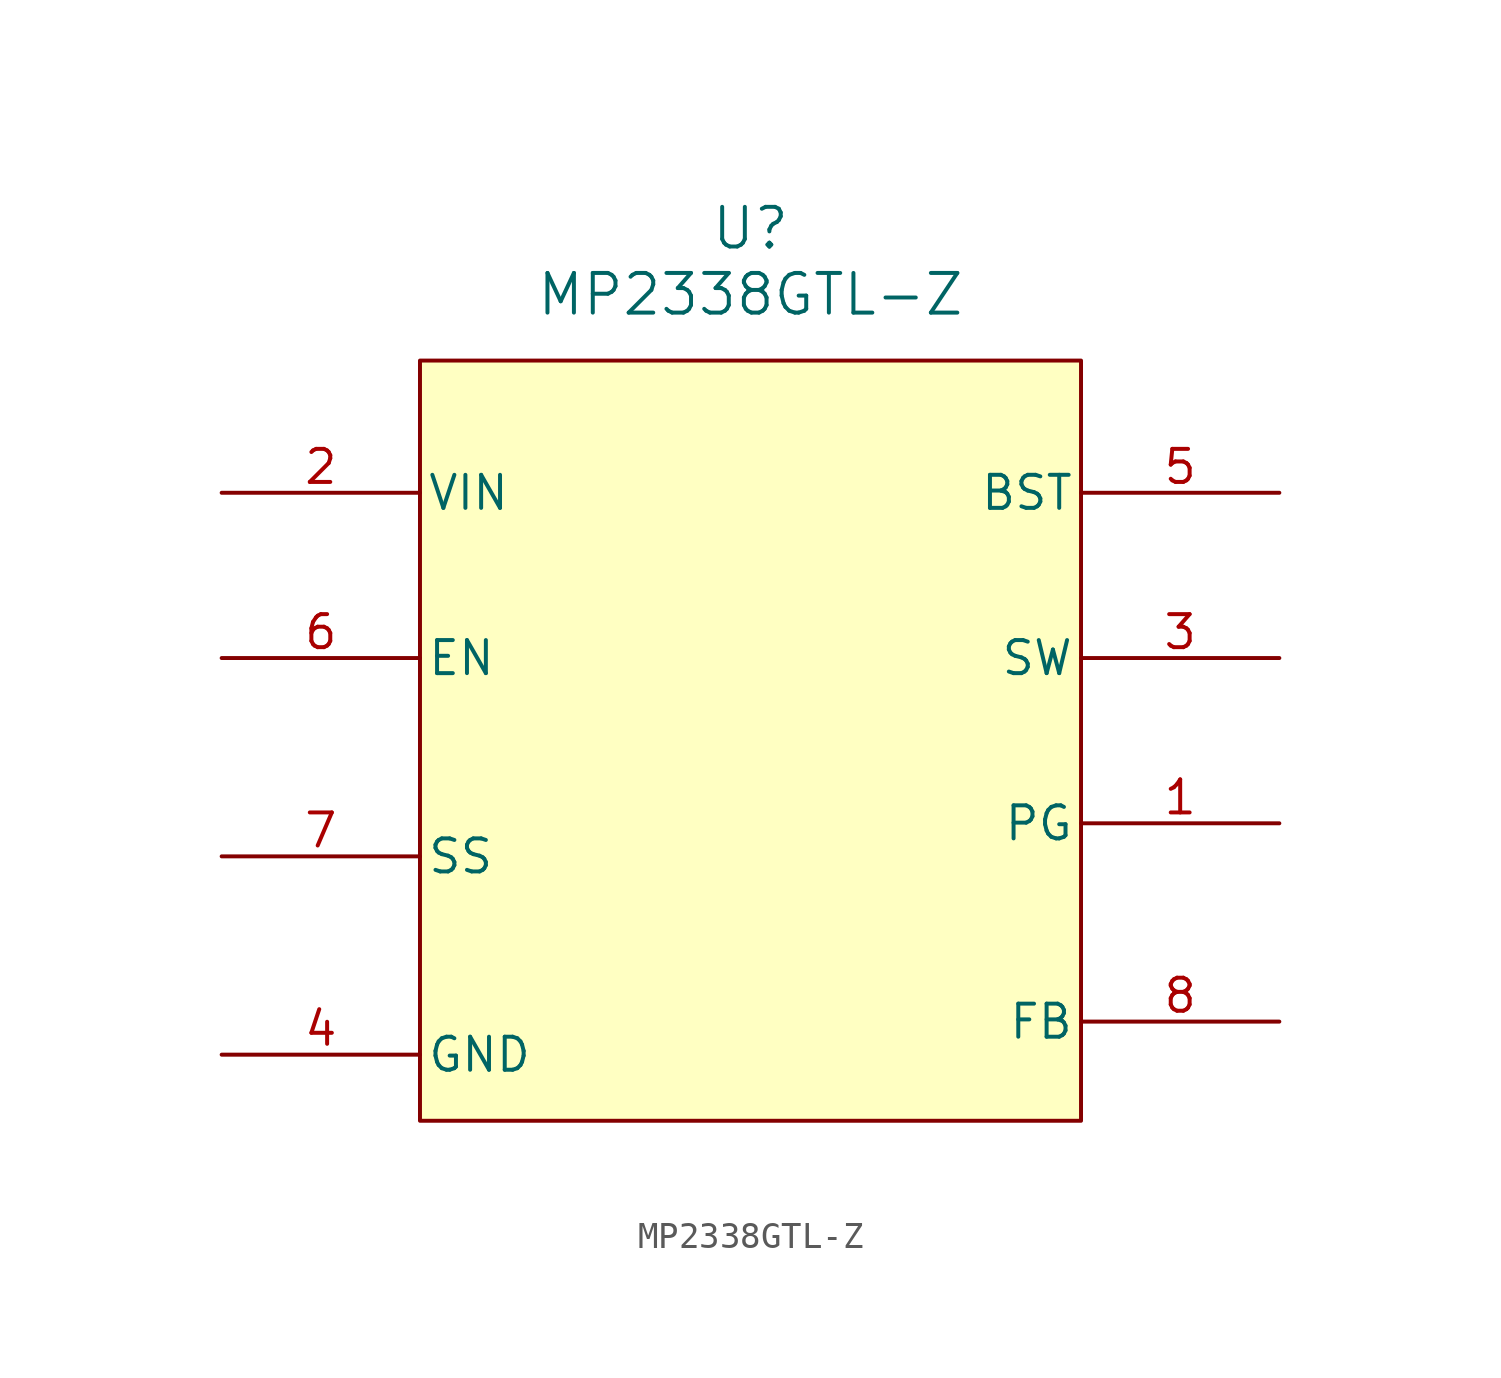
<source format=kicad_sym>
(kicad_symbol_lib
  (version 20241209)
  (generator "kicad_symbol_editor")
  (generator_version "9.0")
  (symbol "MP2338GTL-Z"
    (pin_names
      (offset 0.254))
    (property "Reference" "U"
      (at 0 20.32 0)
      (effects (font (size 1.524 1.524))))
    (property "Value" "MP2338GTL-Z"
      (at 0 17.78 0)
      (effects (font (size 1.524 1.524))))
    (property "ki_locked" ""
      (at 0 0 0)
      (effects (font (size 1.27 1.27))))
    (symbol "MP2338GTL-Z_0_1"
      (pin power_in line (at -20.32 10.16 0) (length 7.62) (name "VIN" (effects (font (size 1.27 1.27)))) (number "2" (effects (font (size 1.27 1.27)))))
      (pin input line (at -20.32 3.81 0) (length 7.62) (name "EN" (effects (font (size 1.27 1.27)))) (number "6" (effects (font (size 1.27 1.27)))))
      (pin unspecified line (at -20.32 -3.81 0) (length 7.62) (name "SS" (effects (font (size 1.27 1.27)))) (number "7" (effects (font (size 1.27 1.27)))))
      (pin power_in line (at -20.32 -11.43 0) (length 7.62) (name "GND" (effects (font (size 1.27 1.27)))) (number "4" (effects (font (size 1.27 1.27)))))
      (pin power_in line (at 20.32 10.16 180) (length 7.62) (name "BST" (effects (font (size 1.27 1.27)))) (number "5" (effects (font (size 1.27 1.27)))))
      (pin output line (at 20.32 3.81 180) (length 7.62) (name "SW" (effects (font (size 1.27 1.27)))) (number "3" (effects (font (size 1.27 1.27)))))
      (pin output line (at 20.32 -2.54 180) (length 7.62) (name "PG" (effects (font (size 1.27 1.27)))) (number "1" (effects (font (size 1.27 1.27)))))
      (pin output line (at 20.32 -10.16 180) (length 7.62) (name "FB" (effects (font (size 1.27 1.27)))) (number "8" (effects (font (size 1.27 1.27))))))
    (symbol "MP2338GTL-Z_1_1"
      (rectangle (start -12.7 15.24) (end 12.7 -13.97) (stroke (width 0) (type default)) (fill (type color) (color 255 255 194 1))))))
</source>
